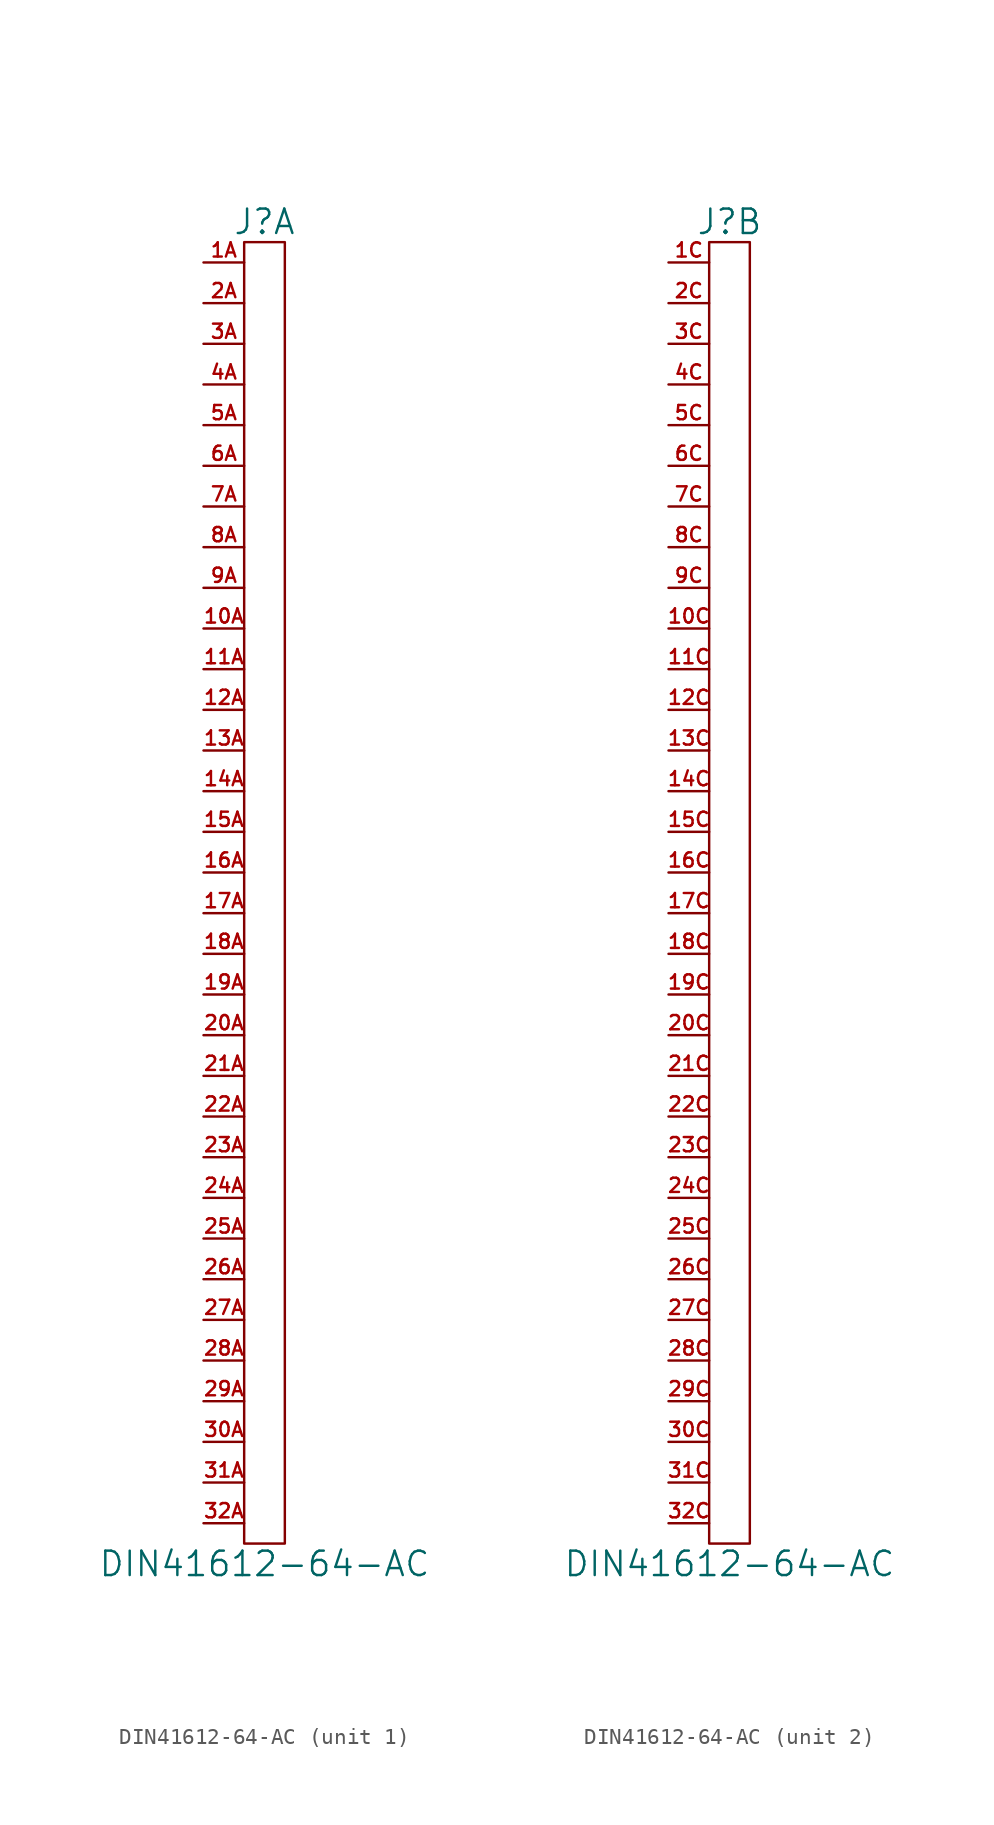
<source format=kicad_sym>
(kicad_symbol_lib
  (version 20220914)
  (generator kicad_symbol_editor)
  (symbol "DIN41612-64-AC"
    (pin_names
      (offset 0))
    (property "Reference" "J"
      (at 0 41.91 0)
      (effects (font (size 1.524 1.524))))
    (property "Value" "DIN41612-64-AC"
      (at 0 -41.91 0)
      (effects (font (size 1.524 1.524))))
    (property "Footprint" ""
      (at 0 0 0)
      (effects (font (size 1.524 1.524))))
    (property "Datasheet" ""
      (at 0 0 0)
      (effects (font (size 1.524 1.524))))
    (property "ki_locked" ""
      (at 0 0 0)
      (effects (font (size 1.27 1.27))))
    (symbol "DIN41612-64-AC_0_1"
      (rectangle (start -1.27 40.64) (end 1.27 -40.64) (stroke (width 0) (type solid)) (fill (type none))))
    (symbol "DIN41612-64-AC_1_1"
      (pin passive line (at -3.81 16.51 0) (length 2.54) (name "~" (effects (font (size 1.27 1.27)))) (number "10A" (effects (font (size 0.889 0.889)))))
      (pin passive line (at -3.81 13.97 0) (length 2.54) (name "~" (effects (font (size 1.27 1.27)))) (number "11A" (effects (font (size 0.889 0.889)))))
      (pin passive line (at -3.81 11.43 0) (length 2.54) (name "~" (effects (font (size 1.27 1.27)))) (number "12A" (effects (font (size 0.889 0.889)))))
      (pin passive line (at -3.81 8.89 0) (length 2.54) (name "~" (effects (font (size 1.27 1.27)))) (number "13A" (effects (font (size 0.889 0.889)))))
      (pin passive line (at -3.81 6.35 0) (length 2.54) (name "~" (effects (font (size 1.27 1.27)))) (number "14A" (effects (font (size 0.889 0.889)))))
      (pin passive line (at -3.81 3.81 0) (length 2.54) (name "~" (effects (font (size 1.27 1.27)))) (number "15A" (effects (font (size 0.889 0.889)))))
      (pin passive line (at -3.81 1.27 0) (length 2.54) (name "~" (effects (font (size 1.27 1.27)))) (number "16A" (effects (font (size 0.889 0.889)))))
      (pin passive line (at -3.81 -1.27 0) (length 2.54) (name "~" (effects (font (size 1.27 1.27)))) (number "17A" (effects (font (size 0.889 0.889)))))
      (pin passive line (at -3.81 -3.81 0) (length 2.54) (name "~" (effects (font (size 1.27 1.27)))) (number "18A" (effects (font (size 0.889 0.889)))))
      (pin passive line (at -3.81 -6.35 0) (length 2.54) (name "~" (effects (font (size 1.27 1.27)))) (number "19A" (effects (font (size 0.889 0.889)))))
      (pin passive line (at -3.81 39.37 0) (length 2.54) (name "~" (effects (font (size 1.27 1.27)))) (number "1A" (effects (font (size 0.889 0.889)))))
      (pin passive line (at -3.81 -8.89 0) (length 2.54) (name "~" (effects (font (size 1.27 1.27)))) (number "20A" (effects (font (size 0.889 0.889)))))
      (pin passive line (at -3.81 -11.43 0) (length 2.54) (name "~" (effects (font (size 1.27 1.27)))) (number "21A" (effects (font (size 0.889 0.889)))))
      (pin passive line (at -3.81 -13.97 0) (length 2.54) (name "~" (effects (font (size 1.27 1.27)))) (number "22A" (effects (font (size 0.889 0.889)))))
      (pin passive line (at -3.81 -16.51 0) (length 2.54) (name "~" (effects (font (size 1.27 1.27)))) (number "23A" (effects (font (size 0.889 0.889)))))
      (pin passive line (at -3.81 -19.05 0) (length 2.54) (name "~" (effects (font (size 1.27 1.27)))) (number "24A" (effects (font (size 0.889 0.889)))))
      (pin passive line (at -3.81 -21.59 0) (length 2.54) (name "~" (effects (font (size 1.27 1.27)))) (number "25A" (effects (font (size 0.889 0.889)))))
      (pin passive line (at -3.81 -24.13 0) (length 2.54) (name "~" (effects (font (size 1.27 1.27)))) (number "26A" (effects (font (size 0.889 0.889)))))
      (pin passive line (at -3.81 -26.67 0) (length 2.54) (name "~" (effects (font (size 1.27 1.27)))) (number "27A" (effects (font (size 0.889 0.889)))))
      (pin passive line (at -3.81 -29.21 0) (length 2.54) (name "~" (effects (font (size 1.27 1.27)))) (number "28A" (effects (font (size 0.889 0.889)))))
      (pin passive line (at -3.81 -31.75 0) (length 2.54) (name "~" (effects (font (size 1.27 1.27)))) (number "29A" (effects (font (size 0.889 0.889)))))
      (pin passive line (at -3.81 36.83 0) (length 2.54) (name "~" (effects (font (size 1.27 1.27)))) (number "2A" (effects (font (size 0.889 0.889)))))
      (pin passive line (at -3.81 -34.29 0) (length 2.54) (name "~" (effects (font (size 1.27 1.27)))) (number "30A" (effects (font (size 0.889 0.889)))))
      (pin passive line (at -3.81 -36.83 0) (length 2.54) (name "~" (effects (font (size 1.27 1.27)))) (number "31A" (effects (font (size 0.889 0.889)))))
      (pin passive line (at -3.81 -39.37 0) (length 2.54) (name "~" (effects (font (size 1.27 1.27)))) (number "32A" (effects (font (size 0.889 0.889)))))
      (pin passive line (at -3.81 34.29 0) (length 2.54) (name "~" (effects (font (size 1.27 1.27)))) (number "3A" (effects (font (size 0.889 0.889)))))
      (pin passive line (at -3.81 31.75 0) (length 2.54) (name "~" (effects (font (size 1.27 1.27)))) (number "4A" (effects (font (size 0.889 0.889)))))
      (pin passive line (at -3.81 29.21 0) (length 2.54) (name "~" (effects (font (size 1.27 1.27)))) (number "5A" (effects (font (size 0.889 0.889)))))
      (pin passive line (at -3.81 26.67 0) (length 2.54) (name "~" (effects (font (size 1.27 1.27)))) (number "6A" (effects (font (size 0.889 0.889)))))
      (pin passive line (at -3.81 24.13 0) (length 2.54) (name "~" (effects (font (size 1.27 1.27)))) (number "7A" (effects (font (size 0.889 0.889)))))
      (pin passive line (at -3.81 21.59 0) (length 2.54) (name "~" (effects (font (size 1.27 1.27)))) (number "8A" (effects (font (size 0.889 0.889)))))
      (pin passive line (at -3.81 19.05 0) (length 2.54) (name "~" (effects (font (size 1.27 1.27)))) (number "9A" (effects (font (size 0.889 0.889))))))
    (symbol "DIN41612-64-AC_2_1"
      (pin passive line (at -3.81 16.51 0) (length 2.54) (name "~" (effects (font (size 1.27 1.27)))) (number "10C" (effects (font (size 0.889 0.889)))))
      (pin passive line (at -3.81 13.97 0) (length 2.54) (name "~" (effects (font (size 1.27 1.27)))) (number "11C" (effects (font (size 0.889 0.889)))))
      (pin passive line (at -3.81 11.43 0) (length 2.54) (name "~" (effects (font (size 1.27 1.27)))) (number "12C" (effects (font (size 0.889 0.889)))))
      (pin passive line (at -3.81 8.89 0) (length 2.54) (name "~" (effects (font (size 1.27 1.27)))) (number "13C" (effects (font (size 0.889 0.889)))))
      (pin passive line (at -3.81 6.35 0) (length 2.54) (name "~" (effects (font (size 1.27 1.27)))) (number "14C" (effects (font (size 0.889 0.889)))))
      (pin passive line (at -3.81 3.81 0) (length 2.54) (name "~" (effects (font (size 1.27 1.27)))) (number "15C" (effects (font (size 0.889 0.889)))))
      (pin passive line (at -3.81 1.27 0) (length 2.54) (name "~" (effects (font (size 1.27 1.27)))) (number "16C" (effects (font (size 0.889 0.889)))))
      (pin passive line (at -3.81 -1.27 0) (length 2.54) (name "~" (effects (font (size 1.27 1.27)))) (number "17C" (effects (font (size 0.889 0.889)))))
      (pin passive line (at -3.81 -3.81 0) (length 2.54) (name "~" (effects (font (size 1.27 1.27)))) (number "18C" (effects (font (size 0.889 0.889)))))
      (pin passive line (at -3.81 -6.35 0) (length 2.54) (name "~" (effects (font (size 1.27 1.27)))) (number "19C" (effects (font (size 0.889 0.889)))))
      (pin passive line (at -3.81 39.37 0) (length 2.54) (name "~" (effects (font (size 1.27 1.27)))) (number "1C" (effects (font (size 0.889 0.889)))))
      (pin passive line (at -3.81 -8.89 0) (length 2.54) (name "~" (effects (font (size 1.27 1.27)))) (number "20C" (effects (font (size 0.889 0.889)))))
      (pin passive line (at -3.81 -11.43 0) (length 2.54) (name "~" (effects (font (size 1.27 1.27)))) (number "21C" (effects (font (size 0.889 0.889)))))
      (pin passive line (at -3.81 -13.97 0) (length 2.54) (name "~" (effects (font (size 1.27 1.27)))) (number "22C" (effects (font (size 0.889 0.889)))))
      (pin passive line (at -3.81 -16.51 0) (length 2.54) (name "~" (effects (font (size 1.27 1.27)))) (number "23C" (effects (font (size 0.889 0.889)))))
      (pin passive line (at -3.81 -19.05 0) (length 2.54) (name "~" (effects (font (size 1.27 1.27)))) (number "24C" (effects (font (size 0.889 0.889)))))
      (pin passive line (at -3.81 -21.59 0) (length 2.54) (name "~" (effects (font (size 1.27 1.27)))) (number "25C" (effects (font (size 0.889 0.889)))))
      (pin passive line (at -3.81 -24.13 0) (length 2.54) (name "~" (effects (font (size 1.27 1.27)))) (number "26C" (effects (font (size 0.889 0.889)))))
      (pin passive line (at -3.81 -26.67 0) (length 2.54) (name "~" (effects (font (size 1.27 1.27)))) (number "27C" (effects (font (size 0.889 0.889)))))
      (pin passive line (at -3.81 -29.21 0) (length 2.54) (name "~" (effects (font (size 1.27 1.27)))) (number "28C" (effects (font (size 0.889 0.889)))))
      (pin passive line (at -3.81 -31.75 0) (length 2.54) (name "~" (effects (font (size 1.27 1.27)))) (number "29C" (effects (font (size 0.889 0.889)))))
      (pin passive line (at -3.81 36.83 0) (length 2.54) (name "~" (effects (font (size 1.27 1.27)))) (number "2C" (effects (font (size 0.889 0.889)))))
      (pin passive line (at -3.81 -34.29 0) (length 2.54) (name "~" (effects (font (size 1.27 1.27)))) (number "30C" (effects (font (size 0.889 0.889)))))
      (pin passive line (at -3.81 -36.83 0) (length 2.54) (name "~" (effects (font (size 1.27 1.27)))) (number "31C" (effects (font (size 0.889 0.889)))))
      (pin passive line (at -3.81 -39.37 0) (length 2.54) (name "~" (effects (font (size 1.27 1.27)))) (number "32C" (effects (font (size 0.889 0.889)))))
      (pin passive line (at -3.81 34.29 0) (length 2.54) (name "~" (effects (font (size 1.27 1.27)))) (number "3C" (effects (font (size 0.889 0.889)))))
      (pin passive line (at -3.81 31.75 0) (length 2.54) (name "~" (effects (font (size 1.27 1.27)))) (number "4C" (effects (font (size 0.889 0.889)))))
      (pin passive line (at -3.81 29.21 0) (length 2.54) (name "~" (effects (font (size 1.27 1.27)))) (number "5C" (effects (font (size 0.889 0.889)))))
      (pin passive line (at -3.81 26.67 0) (length 2.54) (name "~" (effects (font (size 1.27 1.27)))) (number "6C" (effects (font (size 0.889 0.889)))))
      (pin passive line (at -3.81 24.13 0) (length 2.54) (name "~" (effects (font (size 1.27 1.27)))) (number "7C" (effects (font (size 0.889 0.889)))))
      (pin passive line (at -3.81 21.59 0) (length 2.54) (name "~" (effects (font (size 1.27 1.27)))) (number "8C" (effects (font (size 0.889 0.889)))))
      (pin passive line (at -3.81 19.05 0) (length 2.54) (name "~" (effects (font (size 1.27 1.27)))) (number "9C" (effects (font (size 0.889 0.889))))))))
</source>
